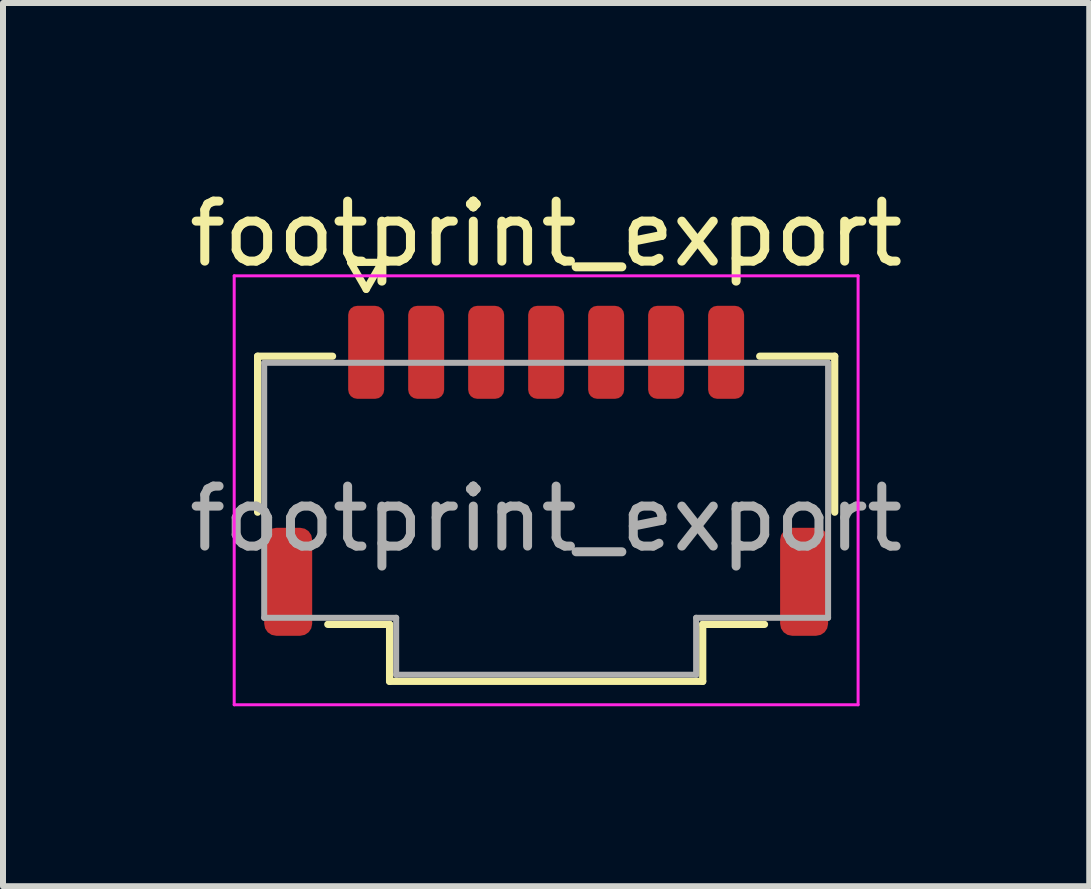
<source format=kicad_pcb>
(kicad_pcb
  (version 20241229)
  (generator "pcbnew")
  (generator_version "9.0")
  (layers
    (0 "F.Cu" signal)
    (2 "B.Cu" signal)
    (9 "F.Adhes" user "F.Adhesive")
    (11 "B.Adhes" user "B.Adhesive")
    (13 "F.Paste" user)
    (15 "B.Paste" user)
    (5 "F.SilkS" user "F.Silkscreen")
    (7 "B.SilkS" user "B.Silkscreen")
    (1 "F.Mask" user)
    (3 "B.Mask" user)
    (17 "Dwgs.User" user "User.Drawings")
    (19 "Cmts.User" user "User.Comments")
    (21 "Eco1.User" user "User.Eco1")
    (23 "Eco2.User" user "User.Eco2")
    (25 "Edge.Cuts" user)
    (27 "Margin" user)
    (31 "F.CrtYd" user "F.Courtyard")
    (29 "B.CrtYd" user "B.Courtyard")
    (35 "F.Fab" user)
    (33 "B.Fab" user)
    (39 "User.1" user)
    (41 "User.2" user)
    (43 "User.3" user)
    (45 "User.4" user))
  (footprint "footprint_export"
    (layer "F.Cu")
    (at 6.054 5.598)
    (property "Reference" "footprint_export" (at 0 -4.75 0) (layer "F.SilkS") (effects (font (size 1 1) (thickness 0.15))))
    (attr smd)
    (fp_line (start -4.81 -2.71) (end -3.56 -2.71) (stroke (width 0.12) (type solid)) (layer "F.SilkS"))
    (fp_line (start -4.81 -0.11) (end -4.81 -2.71) (stroke (width 0.12) (type solid)) (layer "F.SilkS"))
    (fp_line (start -3.26 -4.275) (end -3 -3.825) (stroke (width 0.12) (type solid)) (layer "F.SilkS"))
    (fp_line (start -3 -3.825) (end -2.74 -4.275) (stroke (width 0.12) (type solid)) (layer "F.SilkS"))
    (fp_line (start -2.74 -4.275) (end -3.26 -4.275) (stroke (width 0.12) (type solid)) (layer "F.SilkS"))
    (fp_line (start -2.61 1.76) (end -3.64 1.76) (stroke (width 0.12) (type solid)) (layer "F.SilkS"))
    (fp_line (start -2.61 2.71) (end -2.61 1.76) (stroke (width 0.12) (type solid)) (layer "F.SilkS"))
    (fp_line (start 2.61 1.76) (end 2.61 2.71) (stroke (width 0.12) (type solid)) (layer "F.SilkS"))
    (fp_line (start 2.61 2.71) (end -2.61 2.71) (stroke (width 0.12) (type solid)) (layer "F.SilkS"))
    (fp_line (start 3.56 -2.71) (end 4.81 -2.71) (stroke (width 0.12) (type solid)) (layer "F.SilkS"))
    (fp_line (start 3.64 1.76) (end 2.61 1.76) (stroke (width 0.12) (type solid)) (layer "F.SilkS"))
    (fp_line (start 4.81 -2.71) (end 4.81 -0.11) (stroke (width 0.12) (type solid)) (layer "F.SilkS"))
    (fp_line (start -5.2 -4.05) (end -5.2 3.1) (stroke (width 0.05) (type solid)) (layer "F.CrtYd"))
    (fp_line (start -5.2 3.1) (end 5.2 3.1) (stroke (width 0.05) (type solid)) (layer "F.CrtYd"))
    (fp_line (start 5.2 -4.05) (end -5.2 -4.05) (stroke (width 0.05) (type solid)) (layer "F.CrtYd"))
    (fp_line (start 5.2 3.1) (end 5.2 -4.05) (stroke (width 0.05) (type solid)) (layer "F.CrtYd"))
    (fp_line (start -4.7 -2.6) (end 4.7 -2.6) (stroke (width 0.1) (type solid)) (layer "F.Fab"))
    (fp_line (start -4.7 1.65) (end -4.7 -2.6) (stroke (width 0.1) (type solid)) (layer "F.Fab"))
    (fp_line (start -2.5 1.65) (end -4.7 1.65) (stroke (width 0.1) (type solid)) (layer "F.Fab"))
    (fp_line (start -2.5 2.6) (end -2.5 1.65) (stroke (width 0.1) (type solid)) (layer "F.Fab"))
    (fp_line (start 2.5 1.65) (end 2.5 2.6) (stroke (width 0.1) (type solid)) (layer "F.Fab"))
    (fp_line (start 2.5 2.6) (end -2.5 2.6) (stroke (width 0.1) (type solid)) (layer "F.Fab"))
    (fp_line (start 4.7 -2.6) (end 4.7 1.65) (stroke (width 0.1) (type solid)) (layer "F.Fab"))
    (fp_line (start 4.7 1.65) (end 2.5 1.65) (stroke (width 0.1) (type solid)) (layer "F.Fab"))
    (fp_text user "${REFERENCE}" (at 0 0 0) (layer "F.Fab") (effects (font (size 1 1) (thickness 0.15))))
    (pad "1" smd roundrect (at -3 -2.775) (size 0.6 1.55) (layers "F.Cu" "F.Mask" "F.Paste") (roundrect_rratio 0.25))
    (pad "2" smd roundrect (at -2 -2.775) (size 0.6 1.55) (layers "F.Cu" "F.Mask" "F.Paste") (roundrect_rratio 0.25))
    (pad "3" smd roundrect (at -1 -2.775) (size 0.6 1.55) (layers "F.Cu" "F.Mask" "F.Paste") (roundrect_rratio 0.25))
    (pad "4" smd roundrect (at 0 -2.775) (size 0.6 1.55) (layers "F.Cu" "F.Mask" "F.Paste") (roundrect_rratio 0.25))
    (pad "5" smd roundrect (at 1 -2.775) (size 0.6 1.55) (layers "F.Cu" "F.Mask" "F.Paste") (roundrect_rratio 0.25))
    (pad "6" smd roundrect (at 2 -2.775) (size 0.6 1.55) (layers "F.Cu" "F.Mask" "F.Paste") (roundrect_rratio 0.25))
    (pad "7" smd roundrect (at 3 -2.775) (size 0.6 1.55) (layers "F.Cu" "F.Mask" "F.Paste") (roundrect_rratio 0.25))
    (pad "MP" smd roundrect (at -4.3 1.05) (size 0.8 1.8) (layers "F.Cu" "F.Mask" "F.Paste") (roundrect_rratio 0.25))
    (pad "MP" smd roundrect (at 4.3 1.05) (size 0.8 1.8) (layers "F.Cu" "F.Mask" "F.Paste") (roundrect_rratio 0.25)))
  (gr_rect
    (start -3 -3)
    (end 15.107 11.723)
    (stroke (width 0.1) (type default))
    (fill no)
    (layer "Edge.Cuts")))
</source>
